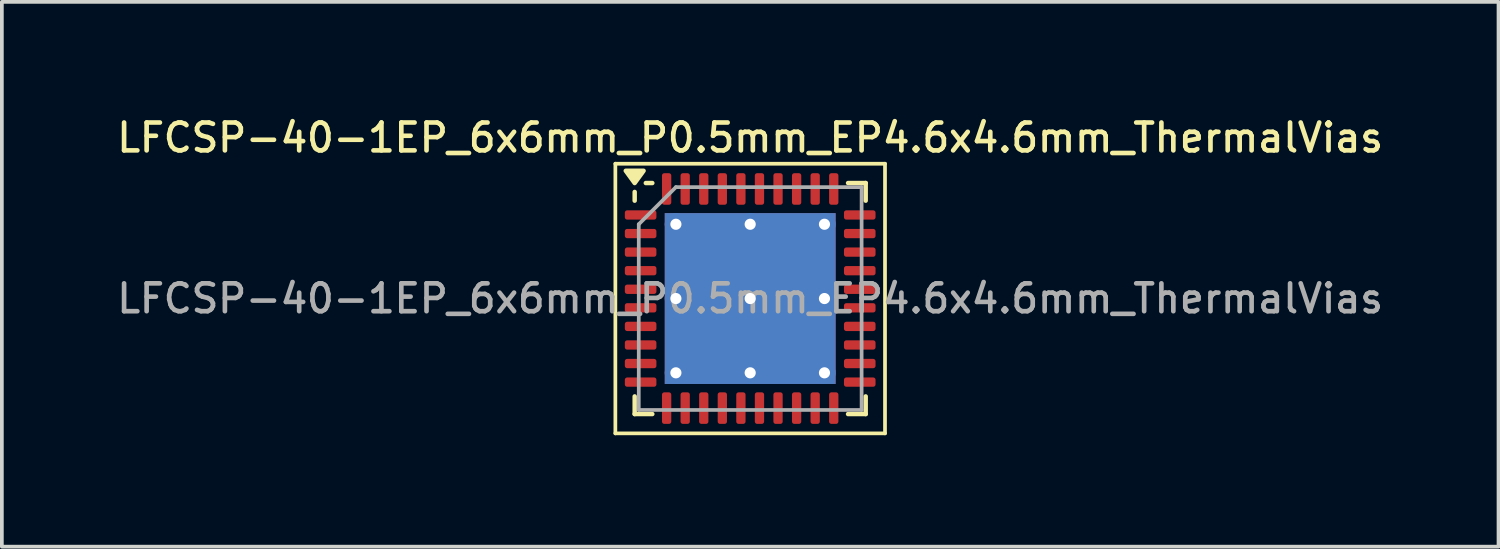
<source format=kicad_pcb>
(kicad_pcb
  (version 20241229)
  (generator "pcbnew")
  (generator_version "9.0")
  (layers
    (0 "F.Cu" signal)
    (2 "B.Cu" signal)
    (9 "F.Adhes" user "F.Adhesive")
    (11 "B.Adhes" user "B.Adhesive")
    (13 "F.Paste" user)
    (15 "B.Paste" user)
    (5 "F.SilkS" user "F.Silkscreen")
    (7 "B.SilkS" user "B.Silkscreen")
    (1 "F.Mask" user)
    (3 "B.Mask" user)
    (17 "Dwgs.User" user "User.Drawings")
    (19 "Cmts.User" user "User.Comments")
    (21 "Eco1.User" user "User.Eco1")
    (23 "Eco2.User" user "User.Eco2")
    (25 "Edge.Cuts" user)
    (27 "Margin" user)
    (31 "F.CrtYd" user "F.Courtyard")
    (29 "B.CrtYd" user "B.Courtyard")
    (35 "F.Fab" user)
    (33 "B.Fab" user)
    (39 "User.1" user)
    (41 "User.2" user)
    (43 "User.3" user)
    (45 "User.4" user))
  (footprint "LFCSP-40-1EP_6x6mm_P0.5mm_EP4.6x4.6mm_ThermalVias"
    (layer "F.Cu")
    (at 17.148 4.988)
    (property "Reference" "LFCSP-40-1EP_6x6mm_P0.5mm_EP4.6x4.6mm_ThermalVias" (at 0 -4.33 0) (layer "F.SilkS") (effects (font (size 0.75 0.75) (thickness 0.125))))
    (attr smd)
    (fp_line (start -3.63 -3.63) (end -3.63 3.63) (stroke (width 0.1) (type solid)) (layer "F.SilkS"))
    (fp_line (start -3.63 3.63) (end 3.63 3.63) (stroke (width 0.1) (type solid)) (layer "F.SilkS"))
    (fp_line (start -3.11 -2.635) (end -3.11 -2.87) (stroke (width 0.12) (type solid)) (layer "F.SilkS"))
    (fp_line (start -3.11 3.11) (end -3.11 2.635) (stroke (width 0.12) (type solid)) (layer "F.SilkS"))
    (fp_line (start -2.635 -3.11) (end -2.81 -3.11) (stroke (width 0.12) (type solid)) (layer "F.SilkS"))
    (fp_line (start -2.635 3.11) (end -3.11 3.11) (stroke (width 0.12) (type solid)) (layer "F.SilkS"))
    (fp_line (start 2.635 -3.11) (end 3.11 -3.11) (stroke (width 0.12) (type solid)) (layer "F.SilkS"))
    (fp_line (start 2.635 3.11) (end 3.11 3.11) (stroke (width 0.12) (type solid)) (layer "F.SilkS"))
    (fp_line (start 3.11 -3.11) (end 3.11 -2.635) (stroke (width 0.12) (type solid)) (layer "F.SilkS"))
    (fp_line (start 3.11 3.11) (end 3.11 2.635) (stroke (width 0.12) (type solid)) (layer "F.SilkS"))
    (fp_line (start 3.63 -3.63) (end -3.63 -3.63) (stroke (width 0.1) (type solid)) (layer "F.SilkS"))
    (fp_line (start 3.63 3.63) (end 3.63 -3.63) (stroke (width 0.1) (type solid)) (layer "F.SilkS"))
    (fp_poly (pts (xy -3.11 -3.11) (xy -3.35 -3.44) (xy -2.87 -3.44) (xy -3.11 -3.11)) (stroke (width 0.12) (type solid)) (fill yes) (layer "F.SilkS"))
    (fp_line (start -3 -2) (end -2 -3) (stroke (width 0.1) (type solid)) (layer "F.Fab"))
    (fp_line (start -3 3) (end -3 -2) (stroke (width 0.1) (type solid)) (layer "F.Fab"))
    (fp_line (start -2 -3) (end 3 -3) (stroke (width 0.1) (type solid)) (layer "F.Fab"))
    (fp_line (start 3 -3) (end 3 3) (stroke (width 0.1) (type solid)) (layer "F.Fab"))
    (fp_line (start 3 3) (end -3 3) (stroke (width 0.1) (type solid)) (layer "F.Fab"))
    (fp_text user "${REFERENCE}" (at 0 0 0) (layer "F.Fab") (effects (font (size 0.75 0.75) (thickness 0.125))))
    (pad "" smd custom (at -1 -1) (size 1.728 1.728) (layers "F.Paste") (options (anchor circle)) (primitives (gr_poly (pts (xy -0.766 -0.603) (xy -0.603 -0.766) (xy 0.603 -0.766) (xy 0.766 -0.603) (xy 0.766 0.603) (xy 0.603 0.766) (xy -0.603 0.766) (xy -0.766 0.603)) (width 0.393) (fill yes))))
    (pad "" smd custom (at -1 1) (size 1.728 1.728) (layers "F.Paste") (options (anchor circle)) (primitives (gr_poly (pts (xy -0.766 -0.603) (xy -0.603 -0.766) (xy 0.603 -0.766) (xy 0.766 -0.603) (xy 0.766 0.603) (xy 0.603 0.766) (xy -0.603 0.766) (xy -0.766 0.603)) (width 0.393) (fill yes))))
    (pad "" smd custom (at 1 -1) (size 1.728 1.728) (layers "F.Paste") (options (anchor circle)) (primitives (gr_poly (pts (xy -0.766 -0.603) (xy -0.603 -0.766) (xy 0.603 -0.766) (xy 0.766 -0.603) (xy 0.766 0.603) (xy 0.603 0.766) (xy -0.603 0.766) (xy -0.766 0.603)) (width 0.393) (fill yes))))
    (pad "" smd custom (at 1 1) (size 1.728 1.728) (layers "F.Paste") (options (anchor circle)) (primitives (gr_poly (pts (xy -0.766 -0.603) (xy -0.603 -0.766) (xy 0.603 -0.766) (xy 0.766 -0.603) (xy 0.766 0.603) (xy 0.603 0.766) (xy -0.603 0.766) (xy -0.766 0.603)) (width 0.393) (fill yes))))
    (pad "1" smd roundrect (at -2.95 -2.25) (size 0.85 0.25) (layers "F.Cu" "F.Mask" "F.Paste") (roundrect_rratio 0.25))
    (pad "2" smd roundrect (at -2.95 -1.75) (size 0.85 0.25) (layers "F.Cu" "F.Mask" "F.Paste") (roundrect_rratio 0.25))
    (pad "3" smd roundrect (at -2.95 -1.25) (size 0.85 0.25) (layers "F.Cu" "F.Mask" "F.Paste") (roundrect_rratio 0.25))
    (pad "4" smd roundrect (at -2.95 -0.75) (size 0.85 0.25) (layers "F.Cu" "F.Mask" "F.Paste") (roundrect_rratio 0.25))
    (pad "5" smd roundrect (at -2.95 -0.25) (size 0.85 0.25) (layers "F.Cu" "F.Mask" "F.Paste") (roundrect_rratio 0.25))
    (pad "6" smd roundrect (at -2.95 0.25) (size 0.85 0.25) (layers "F.Cu" "F.Mask" "F.Paste") (roundrect_rratio 0.25))
    (pad "7" smd roundrect (at -2.95 0.75) (size 0.85 0.25) (layers "F.Cu" "F.Mask" "F.Paste") (roundrect_rratio 0.25))
    (pad "8" smd roundrect (at -2.95 1.25) (size 0.85 0.25) (layers "F.Cu" "F.Mask" "F.Paste") (roundrect_rratio 0.25))
    (pad "9" smd roundrect (at -2.95 1.75) (size 0.85 0.25) (layers "F.Cu" "F.Mask" "F.Paste") (roundrect_rratio 0.25))
    (pad "10" smd roundrect (at -2.95 2.25) (size 0.85 0.25) (layers "F.Cu" "F.Mask" "F.Paste") (roundrect_rratio 0.25))
    (pad "11" smd roundrect (at -2.25 2.95) (size 0.25 0.85) (layers "F.Cu" "F.Mask" "F.Paste") (roundrect_rratio 0.25))
    (pad "12" smd roundrect (at -1.75 2.95) (size 0.25 0.85) (layers "F.Cu" "F.Mask" "F.Paste") (roundrect_rratio 0.25))
    (pad "13" smd roundrect (at -1.25 2.95) (size 0.25 0.85) (layers "F.Cu" "F.Mask" "F.Paste") (roundrect_rratio 0.25))
    (pad "14" smd roundrect (at -0.75 2.95) (size 0.25 0.85) (layers "F.Cu" "F.Mask" "F.Paste") (roundrect_rratio 0.25))
    (pad "15" smd roundrect (at -0.25 2.95) (size 0.25 0.85) (layers "F.Cu" "F.Mask" "F.Paste") (roundrect_rratio 0.25))
    (pad "16" smd roundrect (at 0.25 2.95) (size 0.25 0.85) (layers "F.Cu" "F.Mask" "F.Paste") (roundrect_rratio 0.25))
    (pad "17" smd roundrect (at 0.75 2.95) (size 0.25 0.85) (layers "F.Cu" "F.Mask" "F.Paste") (roundrect_rratio 0.25))
    (pad "18" smd roundrect (at 1.25 2.95) (size 0.25 0.85) (layers "F.Cu" "F.Mask" "F.Paste") (roundrect_rratio 0.25))
    (pad "19" smd roundrect (at 1.75 2.95) (size 0.25 0.85) (layers "F.Cu" "F.Mask" "F.Paste") (roundrect_rratio 0.25))
    (pad "20" smd roundrect (at 2.25 2.95) (size 0.25 0.85) (layers "F.Cu" "F.Mask" "F.Paste") (roundrect_rratio 0.25))
    (pad "21" smd roundrect (at 2.95 2.25) (size 0.85 0.25) (layers "F.Cu" "F.Mask" "F.Paste") (roundrect_rratio 0.25))
    (pad "22" smd roundrect (at 2.95 1.75) (size 0.85 0.25) (layers "F.Cu" "F.Mask" "F.Paste") (roundrect_rratio 0.25))
    (pad "23" smd roundrect (at 2.95 1.25) (size 0.85 0.25) (layers "F.Cu" "F.Mask" "F.Paste") (roundrect_rratio 0.25))
    (pad "24" smd roundrect (at 2.95 0.75) (size 0.85 0.25) (layers "F.Cu" "F.Mask" "F.Paste") (roundrect_rratio 0.25))
    (pad "25" smd roundrect (at 2.95 0.25) (size 0.85 0.25) (layers "F.Cu" "F.Mask" "F.Paste") (roundrect_rratio 0.25))
    (pad "26" smd roundrect (at 2.95 -0.25) (size 0.85 0.25) (layers "F.Cu" "F.Mask" "F.Paste") (roundrect_rratio 0.25))
    (pad "27" smd roundrect (at 2.95 -0.75) (size 0.85 0.25) (layers "F.Cu" "F.Mask" "F.Paste") (roundrect_rratio 0.25))
    (pad "28" smd roundrect (at 2.95 -1.25) (size 0.85 0.25) (layers "F.Cu" "F.Mask" "F.Paste") (roundrect_rratio 0.25))
    (pad "29" smd roundrect (at 2.95 -1.75) (size 0.85 0.25) (layers "F.Cu" "F.Mask" "F.Paste") (roundrect_rratio 0.25))
    (pad "30" smd roundrect (at 2.95 -2.25) (size 0.85 0.25) (layers "F.Cu" "F.Mask" "F.Paste") (roundrect_rratio 0.25))
    (pad "31" smd roundrect (at 2.25 -2.95) (size 0.25 0.85) (layers "F.Cu" "F.Mask" "F.Paste") (roundrect_rratio 0.25))
    (pad "32" smd roundrect (at 1.75 -2.95) (size 0.25 0.85) (layers "F.Cu" "F.Mask" "F.Paste") (roundrect_rratio 0.25))
    (pad "33" smd roundrect (at 1.25 -2.95) (size 0.25 0.85) (layers "F.Cu" "F.Mask" "F.Paste") (roundrect_rratio 0.25))
    (pad "34" smd roundrect (at 0.75 -2.95) (size 0.25 0.85) (layers "F.Cu" "F.Mask" "F.Paste") (roundrect_rratio 0.25))
    (pad "35" smd roundrect (at 0.25 -2.95) (size 0.25 0.85) (layers "F.Cu" "F.Mask" "F.Paste") (roundrect_rratio 0.25))
    (pad "36" smd roundrect (at -0.25 -2.95) (size 0.25 0.85) (layers "F.Cu" "F.Mask" "F.Paste") (roundrect_rratio 0.25))
    (pad "37" smd roundrect (at -0.75 -2.95) (size 0.25 0.85) (layers "F.Cu" "F.Mask" "F.Paste") (roundrect_rratio 0.25))
    (pad "38" smd roundrect (at -1.25 -2.95) (size 0.25 0.85) (layers "F.Cu" "F.Mask" "F.Paste") (roundrect_rratio 0.25))
    (pad "39" smd roundrect (at -1.75 -2.95) (size 0.25 0.85) (layers "F.Cu" "F.Mask" "F.Paste") (roundrect_rratio 0.25))
    (pad "40" smd roundrect (at -2.25 -2.95) (size 0.25 0.85) (layers "F.Cu" "F.Mask" "F.Paste") (roundrect_rratio 0.25))
    (pad "41" thru_hole circle (at -2 -2) (size 0.6 0.6) (drill 0.3) (property pad_prop_heatsink) (layers "*.Cu"))
    (pad "41" thru_hole circle (at -2 0) (size 0.6 0.6) (drill 0.3) (property pad_prop_heatsink) (layers "*.Cu"))
    (pad "41" thru_hole circle (at -2 2) (size 0.6 0.6) (drill 0.3) (property pad_prop_heatsink) (layers "*.Cu"))
    (pad "41" thru_hole circle (at 0 -2) (size 0.6 0.6) (drill 0.3) (property pad_prop_heatsink) (layers "*.Cu"))
    (pad "41" thru_hole circle (at 0 0) (size 0.6 0.6) (drill 0.3) (property pad_prop_heatsink) (layers "*.Cu"))
    (pad "41" smd rect (at 0 0) (size 4.6 4.6) (property pad_prop_heatsink) (layers "F.Cu" "F.Mask"))
    (pad "41" smd rect (at 0 0) (size 4.6 4.6) (property pad_prop_heatsink) (layers "B.Cu"))
    (pad "41" thru_hole circle (at 0 2) (size 0.6 0.6) (drill 0.3) (property pad_prop_heatsink) (layers "*.Cu"))
    (pad "41" thru_hole circle (at 2 -2) (size 0.6 0.6) (drill 0.3) (property pad_prop_heatsink) (layers "*.Cu"))
    (pad "41" thru_hole circle (at 2 0) (size 0.6 0.6) (drill 0.3) (property pad_prop_heatsink) (layers "*.Cu"))
    (pad "41" thru_hole circle (at 2 2) (size 0.6 0.6) (drill 0.3) (property pad_prop_heatsink) (layers "*.Cu")))
  (gr_rect
    (start -3 -3)
    (end 37.296 11.668)
    (stroke (width 0.1) (type default))
    (fill no)
    (layer "Edge.Cuts")))
</source>
